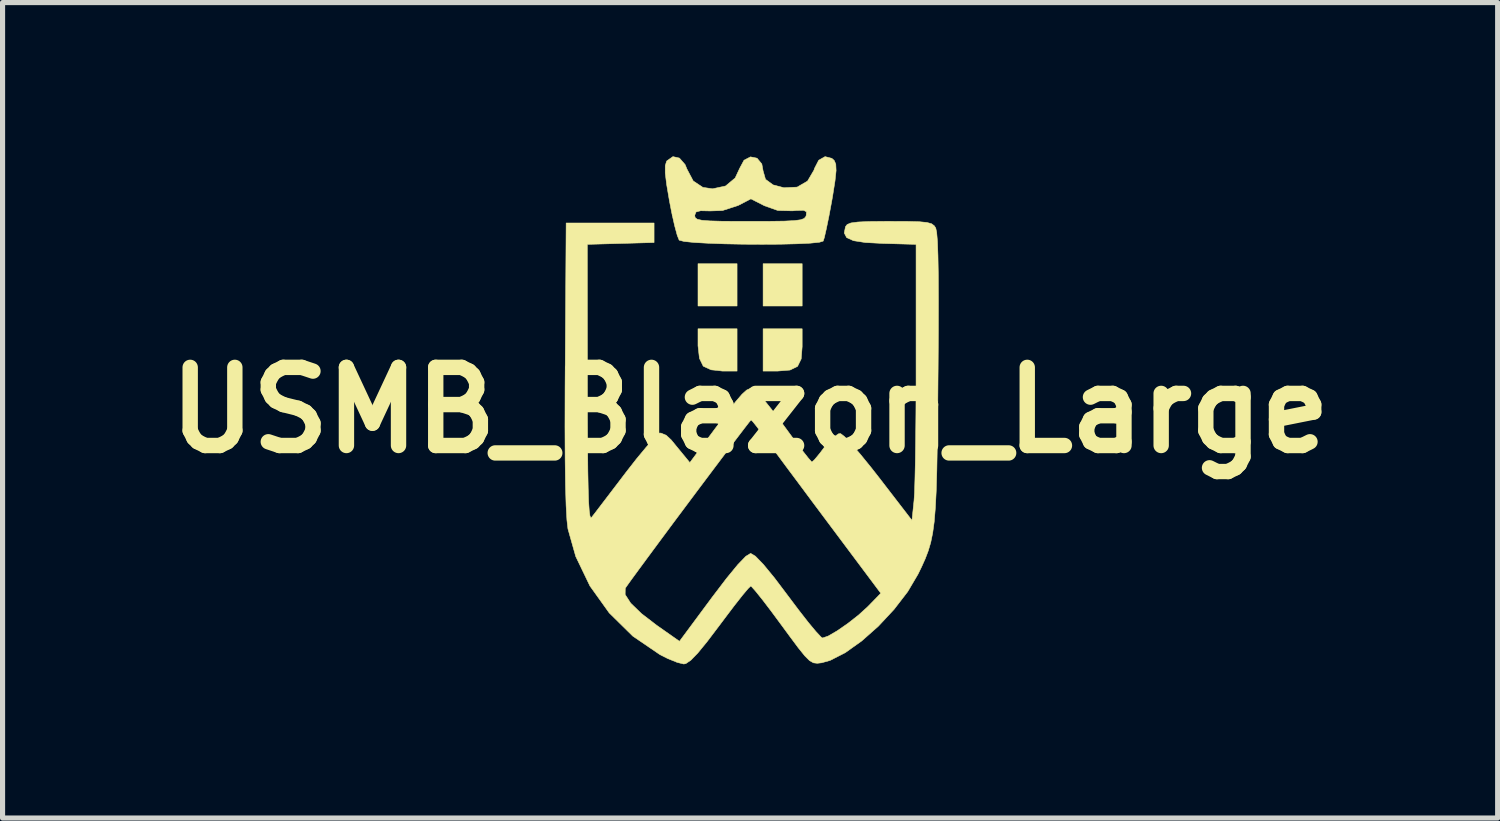
<source format=kicad_pcb>
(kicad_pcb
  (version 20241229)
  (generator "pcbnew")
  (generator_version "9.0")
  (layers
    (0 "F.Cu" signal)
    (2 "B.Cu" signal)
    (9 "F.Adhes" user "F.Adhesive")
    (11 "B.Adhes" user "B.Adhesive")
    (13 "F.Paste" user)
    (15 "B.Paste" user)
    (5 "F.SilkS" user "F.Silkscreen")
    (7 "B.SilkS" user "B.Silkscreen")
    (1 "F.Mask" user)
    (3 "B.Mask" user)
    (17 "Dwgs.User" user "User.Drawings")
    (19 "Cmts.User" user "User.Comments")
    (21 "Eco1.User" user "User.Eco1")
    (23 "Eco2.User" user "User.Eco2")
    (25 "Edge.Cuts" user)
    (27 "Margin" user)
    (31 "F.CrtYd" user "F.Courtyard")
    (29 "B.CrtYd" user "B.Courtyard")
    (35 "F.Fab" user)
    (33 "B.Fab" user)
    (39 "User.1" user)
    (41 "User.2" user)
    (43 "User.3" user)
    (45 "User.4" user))
  (footprint "USMB_Blazon_Large"
    (layer "F.Cu")
    (at 11.582 4.951)
    (property "Reference" "USMB_Blazon_Large" (at 0 0 0) (layer "F.SilkS") (effects (font (size 1.524 1.524) (thickness 0.3))))
    (attr through_hole)
    (fp_poly (pts (xy -0.254 -2.032) (xy -1.016 -2.032) (xy -1.016 -2.857) (xy -0.254 -2.857) (xy -0.254 -2.032)) (stroke (width 0.01) (type solid)) (fill yes) (layer "F.SilkS"))
    (fp_poly (pts (xy 1.016 -2.032) (xy 0.254 -2.032) (xy 0.254 -2.857) (xy 1.016 -2.857) (xy 1.016 -2.032)) (stroke (width 0.01) (type solid)) (fill yes) (layer "F.SilkS"))
    (fp_poly (pts (xy 1.016 -1.24) (xy 0.997 -0.999) (xy 0.926 -0.854) (xy 0.778 -0.782) (xy 0.531 -0.762) (xy 0.512 -0.762) (xy 0.254 -0.762) (xy 0.254 -1.587) (xy 1.016 -1.587) (xy 1.016 -1.24)) (stroke (width 0.01) (type solid)) (fill yes) (layer "F.SilkS"))
    (fp_poly (pts (xy -0.254 -0.762) (xy -0.535 -0.762) (xy -0.76 -0.787) (xy -0.909 -0.855) (xy -0.916 -0.862) (xy -0.988 -1.011) (xy -1.016 -1.257) (xy -1.016 -1.275) (xy -1.016 -1.587) (xy -0.254 -1.587) (xy -0.254 -0.762)) (stroke (width 0.01) (type solid)) (fill yes) (layer "F.SilkS"))
    (fp_poly (pts (xy 1.595 -4.912) (xy 1.643 -4.868) (xy 1.672 -4.798) (xy 1.678 -4.673) (xy 1.657 -4.473) (xy 1.61 -4.176) (xy 1.591 -4.067) (xy 1.537 -3.778) (xy 1.487 -3.535) (xy 1.448 -3.365) (xy 1.426 -3.298) (xy 1.351 -3.275) (xy 1.171 -3.257) (xy 0.91 -3.245) (xy 0.59 -3.237) (xy 0.234 -3.235) (xy -0.135 -3.237) (xy -0.494 -3.244) (xy -0.821 -3.256) (xy -1.093 -3.271) (xy -1.287 -3.291) (xy -1.38 -3.315) (xy -1.384 -3.318) (xy -1.421 -3.41) (xy -1.472 -3.598) (xy -1.516 -3.794) (xy -1.08 -3.794) (xy -1.07 -3.753) (xy -1.029 -3.724) (xy -0.94 -3.704) (xy -0.785 -3.692) (xy -0.546 -3.685) (xy -0.206 -3.683) (xy -0.007 -3.683) (xy 0.386 -3.684) (xy 0.671 -3.688) (xy 0.866 -3.698) (xy 0.987 -3.714) (xy 1.055 -3.739) (xy 1.087 -3.776) (xy 1.095 -3.8) (xy 1.1 -3.869) (xy 1.046 -3.898) (xy 0.904 -3.895) (xy 0.828 -3.888) (xy 0.541 -3.895) (xy 0.276 -3.989) (xy 0.273 -3.991) (xy 0.016 -4.122) (xy -0.23 -3.994) (xy -0.538 -3.894) (xy -0.778 -3.886) (xy -0.963 -3.89) (xy -1.054 -3.866) (xy -1.079 -3.804) (xy -1.08 -3.794) (xy -1.516 -3.794) (xy -1.529 -3.853) (xy -1.573 -4.08) (xy -1.628 -4.404) (xy -1.655 -4.626) (xy -1.655 -4.769) (xy -1.629 -4.854) (xy -1.622 -4.864) (xy -1.505 -4.946) (xy -1.378 -4.917) (xy -1.268 -4.791) (xy -1.232 -4.704) (xy -1.109 -4.471) (xy -0.921 -4.346) (xy -0.732 -4.318) (xy -0.478 -4.373) (xy -0.291 -4.529) (xy -0.203 -4.718) (xy -0.118 -4.876) (xy 0.008 -4.941) (xy 0.136 -4.915) (xy 0.229 -4.803) (xy 0.254 -4.667) (xy 0.301 -4.503) (xy 0.45 -4.394) (xy 0.66 -4.339) (xy 0.918 -4.351) (xy 1.121 -4.469) (xy 1.246 -4.682) (xy 1.256 -4.715) (xy 1.339 -4.876) (xy 1.463 -4.946) (xy 1.595 -4.912)) (stroke (width 0.01) (type solid)) (fill yes) (layer "F.SilkS"))
    (fp_poly (pts (xy 3.065 -3.682) (xy 3.299 -3.676) (xy 3.451 -3.661) (xy 3.541 -3.636) (xy 3.594 -3.596) (xy 3.622 -3.552) (xy 3.64 -3.468) (xy 3.655 -3.291) (xy 3.665 -3.014) (xy 3.672 -2.634) (xy 3.674 -2.143) (xy 3.673 -1.538) (xy 3.668 -0.812) (xy 3.666 -0.615) (xy 3.66 0.091) (xy 3.652 0.683) (xy 3.643 1.175) (xy 3.631 1.579) (xy 3.614 1.908) (xy 3.592 2.176) (xy 3.562 2.396) (xy 3.524 2.581) (xy 3.476 2.743) (xy 3.417 2.898) (xy 3.346 3.056) (xy 3.277 3.198) (xy 3.074 3.542) (xy 2.808 3.887) (xy 2.503 4.214) (xy 2.178 4.502) (xy 1.857 4.731) (xy 1.561 4.882) (xy 1.397 4.928) (xy 1.31 4.938) (xy 1.236 4.929) (xy 1.16 4.886) (xy 1.068 4.794) (xy 0.942 4.638) (xy 0.767 4.403) (xy 0.615 4.196) (xy 0.417 3.928) (xy 0.244 3.701) (xy 0.109 3.533) (xy 0.028 3.442) (xy 0.012 3.431) (xy -0.039 3.481) (xy -0.151 3.614) (xy -0.309 3.815) (xy -0.498 4.065) (xy -0.594 4.193) (xy -0.837 4.514) (xy -1.021 4.739) (xy -1.156 4.878) (xy -1.253 4.944) (xy -1.293 4.952) (xy -1.421 4.921) (xy -1.61 4.844) (xy -1.76 4.768) (xy -2.288 4.408) (xy -2.748 3.955) (xy -3.004 3.597) (xy -2.437 3.597) (xy -2.329 3.765) (xy -2.117 3.97) (xy -1.82 4.198) (xy -1.377 4.509) (xy -0.741 3.651) (xy -0.46 3.282) (xy -0.24 3.014) (xy -0.083 2.851) (xy 0.01 2.794) (xy 0.012 2.794) (xy 0.103 2.848) (xy 0.258 3.008) (xy 0.476 3.273) (xy 0.737 3.619) (xy 0.947 3.898) (xy 1.133 4.137) (xy 1.284 4.318) (xy 1.383 4.424) (xy 1.413 4.445) (xy 1.525 4.406) (xy 1.7 4.304) (xy 1.908 4.16) (xy 2.117 3.996) (xy 2.296 3.833) (xy 2.307 3.822) (xy 2.55 3.572) (xy 1.511 2.183) (xy 1.224 1.799) (xy 0.952 1.433) (xy 0.705 1.102) (xy 0.498 0.822) (xy 0.343 0.611) (xy 0.257 0.492) (xy 0.138 0.33) (xy 0.051 0.221) (xy 0.019 0.191) (xy -0.022 0.239) (xy -0.127 0.375) (xy -0.286 0.584) (xy -0.488 0.851) (xy -0.721 1.161) (xy -0.975 1.499) (xy -1.239 1.852) (xy -1.502 2.204) (xy -1.752 2.541) (xy -1.979 2.848) (xy -2.172 3.11) (xy -2.32 3.312) (xy -2.412 3.441) (xy -2.435 3.475) (xy -2.437 3.597) (xy -3.004 3.597) (xy -3.124 3.43) (xy -3.401 2.854) (xy -3.553 2.317) (xy -3.573 2.143) (xy -3.589 1.86) (xy -3.601 1.464) (xy -3.608 0.952) (xy -3.611 0.321) (xy -3.609 -0.433) (xy -3.606 -0.857) (xy -3.588 -3.651) (xy -1.873 -3.651) (xy -1.873 -3.27) (xy -2.524 -3.252) (xy -3.175 -3.234) (xy -3.173 -0.522) (xy -3.172 0.157) (xy -3.169 0.718) (xy -3.165 1.169) (xy -3.158 1.52) (xy -3.15 1.78) (xy -3.138 1.957) (xy -3.124 2.061) (xy -3.107 2.1) (xy -3.094 2.094) (xy -3.029 2.011) (xy -2.904 1.847) (xy -2.733 1.623) (xy -2.531 1.358) (xy -2.427 1.221) (xy -2.217 0.952) (xy -2.027 0.723) (xy -1.874 0.553) (xy -1.771 0.458) (xy -1.744 0.445) (xy -1.636 0.49) (xy -1.539 0.58) (xy -1.413 0.734) (xy -1.302 0.869) (xy -1.175 1.023) (xy -0.682 0.36) (xy -0.45 0.051) (xy -0.279 -0.169) (xy -0.156 -0.312) (xy -0.067 -0.392) (xy 0.000065 -0.422) (xy 0.059 -0.417) (xy 0.073 -0.412) (xy 0.142 -0.35) (xy 0.268 -0.205) (xy 0.434 0.003) (xy 0.623 0.255) (xy 0.669 0.317) (xy 0.856 0.572) (xy 1.017 0.784) (xy 1.137 0.936) (xy 1.201 1.008) (xy 1.206 1.012) (xy 1.258 0.965) (xy 1.359 0.843) (xy 1.449 0.724) (xy 1.6 0.549) (xy 1.723 0.462) (xy 1.765 0.457) (xy 1.838 0.512) (xy 1.971 0.652) (xy 2.149 0.858) (xy 2.358 1.115) (xy 2.514 1.314) (xy 3.158 2.15) (xy 3.198 1.764) (xy 3.208 1.611) (xy 3.216 1.348) (xy 3.224 0.993) (xy 3.23 0.563) (xy 3.235 0.077) (xy 3.238 -0.45) (xy 3.238 -0.928) (xy 3.238 -3.234) (xy 2.594 -3.252) (xy 2.249 -3.27) (xy 2.017 -3.306) (xy 1.884 -3.366) (xy 1.837 -3.456) (xy 1.861 -3.579) (xy 1.894 -3.622) (xy 1.968 -3.652) (xy 2.102 -3.67) (xy 2.317 -3.68) (xy 2.635 -3.683) (xy 2.726 -3.683) (xy 3.065 -3.682)) (stroke (width 0.01) (type solid)) (fill yes) (layer "F.SilkS")))
  (gr_rect
    (start -3 -3)
    (end 26.165 12.908)
    (stroke (width 0.1) (type default))
    (fill no)
    (layer "Edge.Cuts")))
</source>
